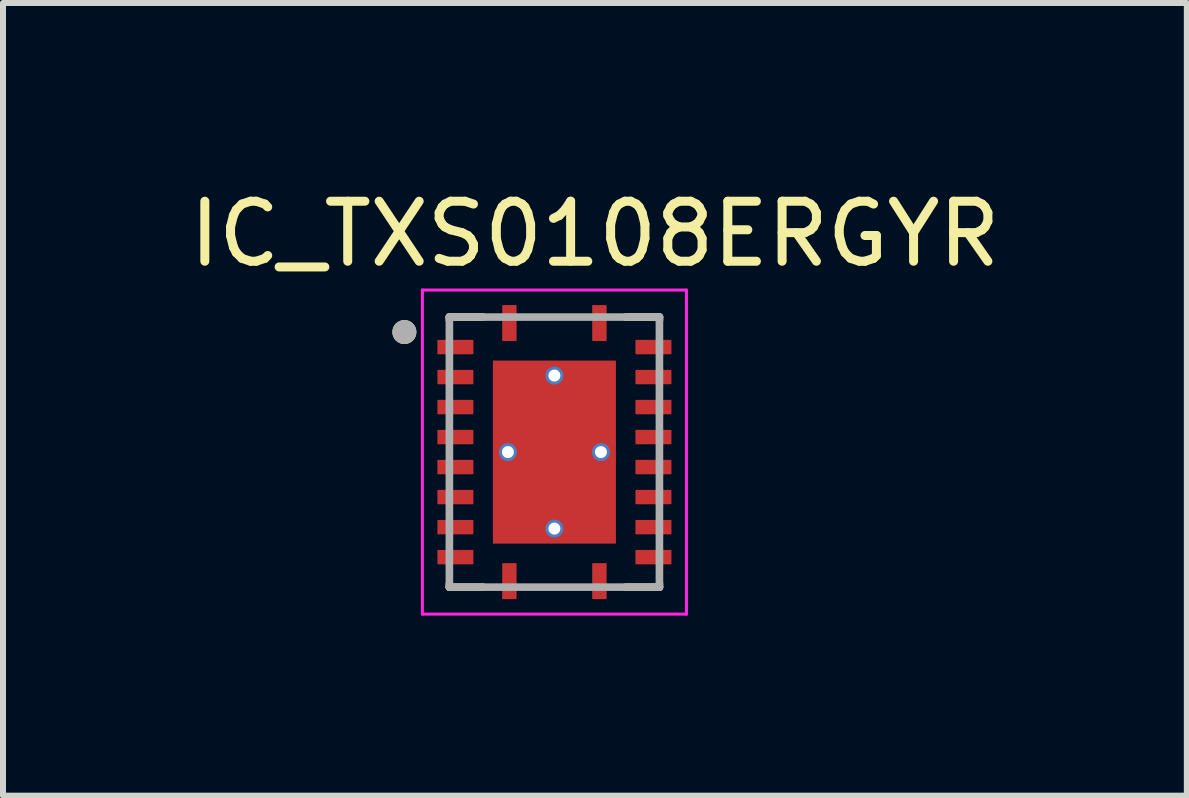
<source format=kicad_pcb>
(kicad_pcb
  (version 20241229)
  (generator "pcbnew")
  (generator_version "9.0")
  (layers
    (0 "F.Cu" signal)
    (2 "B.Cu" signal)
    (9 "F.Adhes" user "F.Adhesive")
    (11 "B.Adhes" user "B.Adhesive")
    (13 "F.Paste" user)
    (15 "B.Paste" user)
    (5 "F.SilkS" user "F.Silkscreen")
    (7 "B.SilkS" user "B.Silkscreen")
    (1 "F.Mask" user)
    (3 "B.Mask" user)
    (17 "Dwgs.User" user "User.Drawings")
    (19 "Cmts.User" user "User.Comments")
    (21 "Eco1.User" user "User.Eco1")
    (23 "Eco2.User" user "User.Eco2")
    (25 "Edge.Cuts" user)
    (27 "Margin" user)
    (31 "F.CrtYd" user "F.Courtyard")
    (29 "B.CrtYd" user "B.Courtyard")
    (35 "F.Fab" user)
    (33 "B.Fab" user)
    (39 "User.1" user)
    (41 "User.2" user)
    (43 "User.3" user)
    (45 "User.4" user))
  (footprint "IC_TXS0108ERGYR"
    (layer "F.Cu")
    (at 6.188 4.483)
    (property "Reference" "IC_TXS0108ERGYR" (at 0.675 -3.635 0) (layer "F.SilkS") (effects (font (size 1 1) (thickness 0.15))))
    (attr through_hole)
    (fp_line (start -1.75 -2.25) (end -1.75 -2.2) (stroke (width 0.127) (type solid)) (layer "F.SilkS"))
    (fp_line (start -1.75 -2.25) (end -1.19 -2.25) (stroke (width 0.127) (type solid)) (layer "F.SilkS"))
    (fp_line (start -1.75 2.25) (end -1.75 2.2) (stroke (width 0.127) (type solid)) (layer "F.SilkS"))
    (fp_line (start -1.75 2.25) (end -1.19 2.25) (stroke (width 0.127) (type solid)) (layer "F.SilkS"))
    (fp_line (start 1.75 -2.25) (end 1.19 -2.25) (stroke (width 0.127) (type solid)) (layer "F.SilkS"))
    (fp_line (start 1.75 -2.25) (end 1.75 -2.2) (stroke (width 0.127) (type solid)) (layer "F.SilkS"))
    (fp_line (start 1.75 2.25) (end 1.19 2.25) (stroke (width 0.127) (type solid)) (layer "F.SilkS"))
    (fp_line (start 1.75 2.25) (end 1.75 2.2) (stroke (width 0.127) (type solid)) (layer "F.SilkS"))
    (fp_circle (center -2.5 -2) (end -2.4 -2) (stroke (width 0.2) (type solid)) (fill no) (layer "F.SilkS"))
    (fp_poly (pts (xy -1.02 -1.435) (xy -0.1 -1.435) (xy -0.1 -0.105) (xy -1.02 -0.105)) (stroke (width 0.01) (type solid)) (fill yes) (layer "F.Paste"))
    (fp_poly (pts (xy -1.02 0.105) (xy -0.1 0.105) (xy -0.1 1.435) (xy -1.02 1.435)) (stroke (width 0.01) (type solid)) (fill yes) (layer "F.Paste"))
    (fp_poly (pts (xy 0.1 -1.435) (xy 1.02 -1.435) (xy 1.02 -0.105) (xy 0.1 -0.105)) (stroke (width 0.01) (type solid)) (fill yes) (layer "F.Paste"))
    (fp_poly (pts (xy 0.1 0.105) (xy 1.02 0.105) (xy 1.02 1.435) (xy 0.1 1.435)) (stroke (width 0.01) (type solid)) (fill yes) (layer "F.Paste"))
    (fp_line (start -2.2 -2.7) (end 2.2 -2.7) (stroke (width 0.05) (type solid)) (layer "F.CrtYd"))
    (fp_line (start -2.2 2.7) (end -2.2 -2.7) (stroke (width 0.05) (type solid)) (layer "F.CrtYd"))
    (fp_line (start -2.2 2.7) (end 2.2 2.7) (stroke (width 0.05) (type solid)) (layer "F.CrtYd"))
    (fp_line (start 2.2 2.7) (end 2.2 -2.7) (stroke (width 0.05) (type solid)) (layer "F.CrtYd"))
    (fp_line (start -1.75 2.25) (end -1.75 -2.25) (stroke (width 0.127) (type solid)) (layer "F.Fab"))
    (fp_line (start 1.75 -2.25) (end -1.75 -2.25) (stroke (width 0.127) (type solid)) (layer "F.Fab"))
    (fp_line (start 1.75 2.25) (end -1.75 2.25) (stroke (width 0.127) (type solid)) (layer "F.Fab"))
    (fp_line (start 1.75 2.25) (end 1.75 -2.25) (stroke (width 0.127) (type solid)) (layer "F.Fab"))
    (fp_circle (center -2.5 -2) (end -2.4 -2) (stroke (width 0.2) (type solid)) (fill no) (layer "F.Fab"))
    (pad "1" smd roundrect (at -0.75 -2.15 90) (size 0.6 0.24) (layers "F.Cu" "F.Mask" "F.Paste") (roundrect_rratio 0.05))
    (pad "2" smd roundrect (at -1.65 -1.75) (size 0.6 0.24) (layers "F.Cu" "F.Mask" "F.Paste") (roundrect_rratio 0.05))
    (pad "3" smd roundrect (at -1.65 -1.25) (size 0.6 0.24) (layers "F.Cu" "F.Mask" "F.Paste") (roundrect_rratio 0.05))
    (pad "4" smd roundrect (at -1.65 -0.75) (size 0.6 0.24) (layers "F.Cu" "F.Mask" "F.Paste") (roundrect_rratio 0.05))
    (pad "5" smd roundrect (at -1.65 -0.25) (size 0.6 0.24) (layers "F.Cu" "F.Mask" "F.Paste") (roundrect_rratio 0.05))
    (pad "6" smd roundrect (at -1.65 0.25) (size 0.6 0.24) (layers "F.Cu" "F.Mask" "F.Paste") (roundrect_rratio 0.05))
    (pad "7" smd roundrect (at -1.65 0.75) (size 0.6 0.24) (layers "F.Cu" "F.Mask" "F.Paste") (roundrect_rratio 0.05))
    (pad "8" smd roundrect (at -1.65 1.25) (size 0.6 0.24) (layers "F.Cu" "F.Mask" "F.Paste") (roundrect_rratio 0.05))
    (pad "9" smd roundrect (at -1.65 1.75) (size 0.6 0.24) (layers "F.Cu" "F.Mask" "F.Paste") (roundrect_rratio 0.05))
    (pad "10" smd roundrect (at -0.75 2.15 90) (size 0.6 0.24) (layers "F.Cu" "F.Mask" "F.Paste") (roundrect_rratio 0.05))
    (pad "11" smd roundrect (at 0.75 2.15 90) (size 0.6 0.24) (layers "F.Cu" "F.Mask" "F.Paste") (roundrect_rratio 0.05))
    (pad "12" smd roundrect (at 1.65 1.75) (size 0.6 0.24) (layers "F.Cu" "F.Mask" "F.Paste") (roundrect_rratio 0.05))
    (pad "13" smd roundrect (at 1.65 1.25) (size 0.6 0.24) (layers "F.Cu" "F.Mask" "F.Paste") (roundrect_rratio 0.05))
    (pad "14" smd roundrect (at 1.65 0.75) (size 0.6 0.24) (layers "F.Cu" "F.Mask" "F.Paste") (roundrect_rratio 0.05))
    (pad "15" smd roundrect (at 1.65 0.25) (size 0.6 0.24) (layers "F.Cu" "F.Mask" "F.Paste") (roundrect_rratio 0.05))
    (pad "16" smd roundrect (at 1.65 -0.25) (size 0.6 0.24) (layers "F.Cu" "F.Mask" "F.Paste") (roundrect_rratio 0.05))
    (pad "17" smd roundrect (at 1.65 -0.75) (size 0.6 0.24) (layers "F.Cu" "F.Mask" "F.Paste") (roundrect_rratio 0.05))
    (pad "18" smd roundrect (at 1.65 -1.25) (size 0.6 0.24) (layers "F.Cu" "F.Mask" "F.Paste") (roundrect_rratio 0.05))
    (pad "19" smd roundrect (at 1.65 -1.75) (size 0.6 0.24) (layers "F.Cu" "F.Mask" "F.Paste") (roundrect_rratio 0.05))
    (pad "20" smd roundrect (at 0.75 -2.15 90) (size 0.6 0.24) (layers "F.Cu" "F.Mask" "F.Paste") (roundrect_rratio 0.05))
    (pad "21" smd rect (at 0 0) (size 2.05 3.05) (layers "F.Cu" "F.Mask"))
    (pad "22" thru_hole circle (at 0 -1.275) (size 0.3 0.3) (drill 0.2) (layers "*.Cu"))
    (pad "23" thru_hole circle (at -0.775 0) (size 0.3 0.3) (drill 0.2) (layers "*.Cu"))
    (pad "24" thru_hole circle (at 0.775 0) (size 0.3 0.3) (drill 0.2) (layers "*.Cu"))
    (pad "25" thru_hole circle (at 0 1.275) (size 0.3 0.3) (drill 0.2) (layers "*.Cu")))
  (gr_rect
    (start -3 -3)
    (end 16.726 10.208)
    (stroke (width 0.1) (type default))
    (fill no)
    (layer "Edge.Cuts")))
</source>
